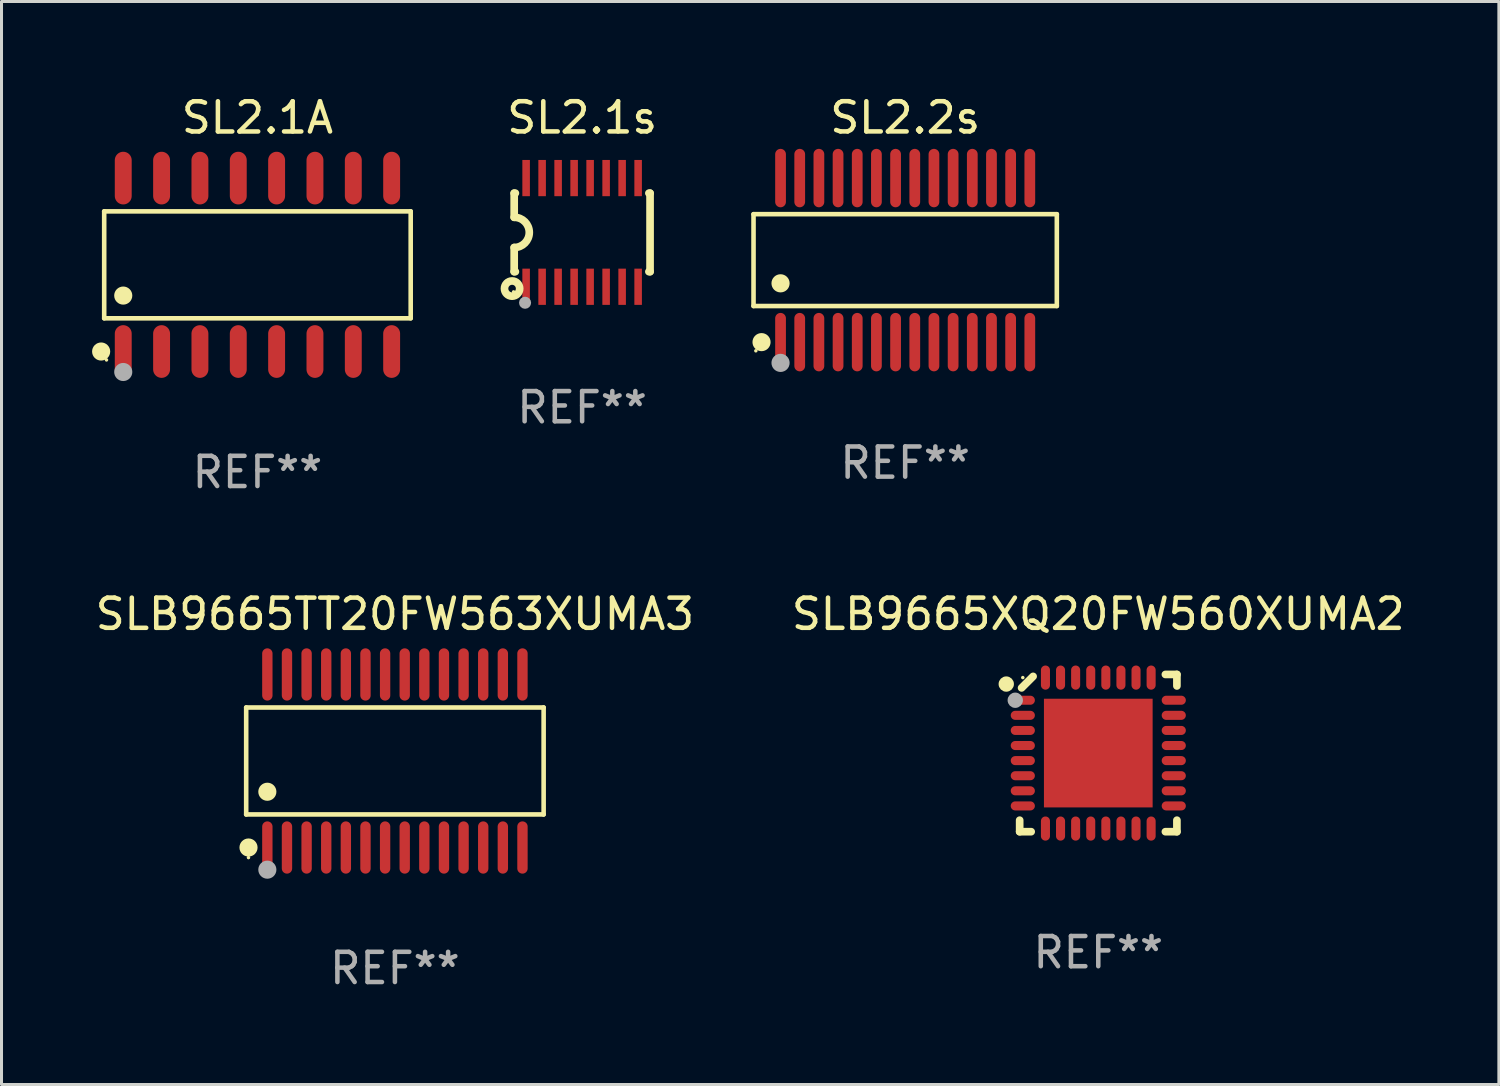
<source format=kicad_pcb>
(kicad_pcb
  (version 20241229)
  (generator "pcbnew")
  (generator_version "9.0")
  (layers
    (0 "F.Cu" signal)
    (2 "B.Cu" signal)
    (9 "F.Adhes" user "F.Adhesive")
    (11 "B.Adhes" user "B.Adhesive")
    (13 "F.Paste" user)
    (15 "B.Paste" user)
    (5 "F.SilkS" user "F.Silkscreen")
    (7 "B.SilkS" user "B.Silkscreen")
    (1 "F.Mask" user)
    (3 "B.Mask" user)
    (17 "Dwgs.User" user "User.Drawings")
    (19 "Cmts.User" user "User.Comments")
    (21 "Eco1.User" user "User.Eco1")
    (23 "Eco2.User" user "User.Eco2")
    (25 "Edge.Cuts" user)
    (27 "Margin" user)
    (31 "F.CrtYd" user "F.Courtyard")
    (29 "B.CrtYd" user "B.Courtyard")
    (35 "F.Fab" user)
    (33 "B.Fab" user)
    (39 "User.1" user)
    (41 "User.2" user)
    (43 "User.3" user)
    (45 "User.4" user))
  (footprint "SL2.1A"
    (layer "F.Cu")
    (at 5.477 5.721)
    (property "Reference" "SL2.1A" (at 0 -4.872 0) (layer "F.SilkS") (effects (font (size 1 1) (thickness 0.15))))
    (attr through_hole)
    (fp_line (start -5.076 -1.771) (end 5.076 -1.771) (stroke (width 0.152) (type solid)) (layer "F.SilkS"))
    (fp_line (start -5.076 1.771) (end -5.076 -1.771) (stroke (width 0.152) (type solid)) (layer "F.SilkS"))
    (fp_line (start 5.076 -1.771) (end 5.076 1.771) (stroke (width 0.152) (type solid)) (layer "F.SilkS"))
    (fp_line (start 5.076 1.771) (end -5.076 1.771) (stroke (width 0.152) (type solid)) (layer "F.SilkS"))
    (fp_circle (center -5.177 2.872) (end -5.027 2.872) (stroke (width 0.3) (type solid)) (fill no) (layer "F.SilkS"))
    (fp_circle (center -5 3.15) (end -4.97 3.15) (stroke (width 0.06) (type solid)) (fill no) (layer "F.SilkS"))
    (fp_circle (center -4.445 1.019) (end -4.295 1.019) (stroke (width 0.3) (type solid)) (fill no) (layer "F.SilkS"))
    (fp_circle (center -4.445 3.55) (end -4.295 3.55) (stroke (width 0.3) (type solid)) (fill no) (layer "F.Fab"))
    (fp_text user "REF**" (at 0 6.872 0) (layer "F.Fab") (effects (font (size 1 1) (thickness 0.15))))
    (pad "1" smd oval (at -4.445 2.872) (size 0.56 1.745) (layers "F.Cu" "F.Mask" "F.Paste"))
    (pad "2" smd oval (at -3.175 2.872) (size 0.56 1.745) (layers "F.Cu" "F.Mask" "F.Paste"))
    (pad "3" smd oval (at -1.905 2.872) (size 0.56 1.745) (layers "F.Cu" "F.Mask" "F.Paste"))
    (pad "4" smd oval (at -0.635 2.872) (size 0.56 1.745) (layers "F.Cu" "F.Mask" "F.Paste"))
    (pad "5" smd oval (at 0.635 2.872) (size 0.56 1.745) (layers "F.Cu" "F.Mask" "F.Paste"))
    (pad "6" smd oval (at 1.905 2.872) (size 0.56 1.745) (layers "F.Cu" "F.Mask" "F.Paste"))
    (pad "7" smd oval (at 3.175 2.872) (size 0.56 1.745) (layers "F.Cu" "F.Mask" "F.Paste"))
    (pad "8" smd oval (at 4.445 2.872) (size 0.56 1.745) (layers "F.Cu" "F.Mask" "F.Paste"))
    (pad "9" smd oval (at 4.445 -2.872) (size 0.56 1.745) (layers "F.Cu" "F.Mask" "F.Paste"))
    (pad "10" smd oval (at 3.175 -2.872) (size 0.56 1.745) (layers "F.Cu" "F.Mask" "F.Paste"))
    (pad "11" smd oval (at 1.905 -2.872) (size 0.56 1.745) (layers "F.Cu" "F.Mask" "F.Paste"))
    (pad "12" smd oval (at 0.635 -2.872) (size 0.56 1.745) (layers "F.Cu" "F.Mask" "F.Paste"))
    (pad "13" smd oval (at -0.635 -2.872) (size 0.56 1.745) (layers "F.Cu" "F.Mask" "F.Paste"))
    (pad "14" smd oval (at -1.905 -2.872) (size 0.56 1.745) (layers "F.Cu" "F.Mask" "F.Paste"))
    (pad "15" smd oval (at -3.175 -2.872) (size 0.56 1.745) (layers "F.Cu" "F.Mask" "F.Paste"))
    (pad "16" smd oval (at -4.445 -2.872) (size 0.56 1.745) (layers "F.Cu" "F.Mask" "F.Paste")))
  (footprint "SLB9665XQ20FW560XUMA2"
    (layer "F.Cu")
    (at 33.327 21.893)
    (property "Reference" "SLB9665XQ20FW560XUMA2" (at 0 -4.604 0) (layer "F.SilkS") (effects (font (size 1 1) (thickness 0.15))))
    (attr through_hole)
    (fp_line (start -2.604 2.223) (end -2.604 2.604) (stroke (width 0.254) (type solid)) (layer "F.SilkS"))
    (fp_line (start -2.604 2.604) (end -2.223 2.604) (stroke (width 0.254) (type solid)) (layer "F.SilkS"))
    (fp_line (start -2.159 -2.54) (end -2.54 -2.159) (stroke (width 0.254) (type solid)) (layer "F.SilkS"))
    (fp_line (start 2.223 2.604) (end 2.604 2.604) (stroke (width 0.254) (type solid)) (layer "F.SilkS"))
    (fp_line (start 2.604 -2.604) (end 2.223 -2.604) (stroke (width 0.254) (type solid)) (layer "F.SilkS"))
    (fp_line (start 2.604 -2.223) (end 2.604 -2.604) (stroke (width 0.254) (type solid)) (layer "F.SilkS"))
    (fp_line (start 2.604 2.604) (end 2.604 2.223) (stroke (width 0.254) (type solid)) (layer "F.SilkS"))
    (fp_circle (center -3.048 -2.286) (end -2.921 -2.286) (stroke (width 0.254) (type solid)) (fill no) (layer "F.SilkS"))
    (fp_circle (center -2.5 -2.5) (end -2.47 -2.5) (stroke (width 0.06) (type solid)) (fill no) (layer "F.SilkS"))
    (fp_circle (center -2.75 -1.75) (end -2.623 -1.75) (stroke (width 0.254) (type solid)) (fill no) (layer "F.Fab"))
    (fp_text user "REF**" (at 0 6.604 0) (layer "F.Fab") (effects (font (size 1 1) (thickness 0.15))))
    (pad "1" smd oval (at -2.5 -1.75) (size 0.8 0.3) (layers "F.Cu" "F.Mask" "F.Paste"))
    (pad "2" smd oval (at -2.5 -1.25) (size 0.8 0.3) (layers "F.Cu" "F.Mask" "F.Paste"))
    (pad "3" smd oval (at -2.5 -0.75) (size 0.8 0.3) (layers "F.Cu" "F.Mask" "F.Paste"))
    (pad "4" smd oval (at -2.5 -0.25) (size 0.8 0.3) (layers "F.Cu" "F.Mask" "F.Paste"))
    (pad "5" smd oval (at -2.5 0.25) (size 0.8 0.3) (layers "F.Cu" "F.Mask" "F.Paste"))
    (pad "6" smd oval (at -2.5 0.75) (size 0.8 0.3) (layers "F.Cu" "F.Mask" "F.Paste"))
    (pad "7" smd oval (at -2.5 1.25) (size 0.8 0.3) (layers "F.Cu" "F.Mask" "F.Paste"))
    (pad "8" smd oval (at -2.5 1.75) (size 0.8 0.3) (layers "F.Cu" "F.Mask" "F.Paste"))
    (pad "9" smd oval (at -1.75 2.5) (size 0.3 0.8) (layers "F.Cu" "F.Mask" "F.Paste"))
    (pad "10" smd oval (at -1.25 2.5) (size 0.3 0.8) (layers "F.Cu" "F.Mask" "F.Paste"))
    (pad "11" smd oval (at -0.75 2.5) (size 0.3 0.8) (layers "F.Cu" "F.Mask" "F.Paste"))
    (pad "12" smd oval (at -0.25 2.5) (size 0.3 0.8) (layers "F.Cu" "F.Mask" "F.Paste"))
    (pad "13" smd oval (at 0.25 2.5) (size 0.3 0.8) (layers "F.Cu" "F.Mask" "F.Paste"))
    (pad "14" smd oval (at 0.75 2.5) (size 0.3 0.8) (layers "F.Cu" "F.Mask" "F.Paste"))
    (pad "15" smd oval (at 1.25 2.5) (size 0.3 0.8) (layers "F.Cu" "F.Mask" "F.Paste"))
    (pad "16" smd oval (at 1.75 2.5) (size 0.3 0.8) (layers "F.Cu" "F.Mask" "F.Paste"))
    (pad "17" smd oval (at 2.5 1.75) (size 0.8 0.3) (layers "F.Cu" "F.Mask" "F.Paste"))
    (pad "18" smd oval (at 2.5 1.25) (size 0.8 0.3) (layers "F.Cu" "F.Mask" "F.Paste"))
    (pad "19" smd oval (at 2.5 0.75) (size 0.8 0.3) (layers "F.Cu" "F.Mask" "F.Paste"))
    (pad "20" smd oval (at 2.5 0.25) (size 0.8 0.3) (layers "F.Cu" "F.Mask" "F.Paste"))
    (pad "21" smd oval (at 2.5 -0.25) (size 0.8 0.3) (layers "F.Cu" "F.Mask" "F.Paste"))
    (pad "22" smd oval (at 2.5 -0.75) (size 0.8 0.3) (layers "F.Cu" "F.Mask" "F.Paste"))
    (pad "23" smd oval (at 2.5 -1.25) (size 0.8 0.3) (layers "F.Cu" "F.Mask" "F.Paste"))
    (pad "24" smd oval (at 2.5 -1.75) (size 0.8 0.3) (layers "F.Cu" "F.Mask" "F.Paste"))
    (pad "25" smd oval (at 1.75 -2.5) (size 0.3 0.8) (layers "F.Cu" "F.Mask" "F.Paste"))
    (pad "26" smd oval (at 1.25 -2.5) (size 0.3 0.8) (layers "F.Cu" "F.Mask" "F.Paste"))
    (pad "27" smd oval (at 0.75 -2.5) (size 0.3 0.8) (layers "F.Cu" "F.Mask" "F.Paste"))
    (pad "28" smd oval (at 0.25 -2.5) (size 0.3 0.8) (layers "F.Cu" "F.Mask" "F.Paste"))
    (pad "29" smd oval (at -0.25 -2.5) (size 0.3 0.8) (layers "F.Cu" "F.Mask" "F.Paste"))
    (pad "30" smd oval (at -0.75 -2.5) (size 0.3 0.8) (layers "F.Cu" "F.Mask" "F.Paste"))
    (pad "31" smd oval (at -1.25 -2.5) (size 0.3 0.8) (layers "F.Cu" "F.Mask" "F.Paste"))
    (pad "32" smd oval (at -1.75 -2.5) (size 0.3 0.8) (layers "F.Cu" "F.Mask" "F.Paste"))
    (pad "33" smd rect (at -0.000076 0) (size 3.6 3.6) (layers "F.Cu" "F.Mask" "F.Paste")))
  (footprint "SL2.2s"
    (layer "F.Cu")
    (at 26.931 5.565)
    (property "Reference" "SL2.2s" (at 0 -4.717 0) (layer "F.SilkS") (effects (font (size 1 1) (thickness 0.15))))
    (attr through_hole)
    (fp_line (start -5.023 -1.521) (end 5.023 -1.521) (stroke (width 0.152) (type solid)) (layer "F.SilkS"))
    (fp_line (start -5.023 1.521) (end -5.023 -1.521) (stroke (width 0.152) (type solid)) (layer "F.SilkS"))
    (fp_line (start 5.023 -1.521) (end 5.023 1.521) (stroke (width 0.152) (type solid)) (layer "F.SilkS"))
    (fp_line (start 5.023 1.521) (end -5.023 1.521) (stroke (width 0.152) (type solid)) (layer "F.SilkS"))
    (fp_circle (center -4.946 3.004) (end -4.916 3.004) (stroke (width 0.06) (type solid)) (fill no) (layer "F.SilkS"))
    (fp_circle (center -4.758 2.717) (end -4.608 2.717) (stroke (width 0.3) (type solid)) (fill no) (layer "F.SilkS"))
    (fp_circle (center -4.128 0.769) (end -3.977 0.769) (stroke (width 0.3) (type solid)) (fill no) (layer "F.SilkS"))
    (fp_circle (center -4.128 3.404) (end -3.977 3.404) (stroke (width 0.3) (type solid)) (fill no) (layer "F.Fab"))
    (fp_text user "REF**" (at 0 6.717 0) (layer "F.Fab") (effects (font (size 1 1) (thickness 0.15))))
    (pad "1" smd oval (at -4.128 2.717) (size 0.356 1.935) (layers "F.Cu" "F.Mask" "F.Paste"))
    (pad "2" smd oval (at -3.493 2.717) (size 0.356 1.935) (layers "F.Cu" "F.Mask" "F.Paste"))
    (pad "3" smd oval (at -2.858 2.717) (size 0.356 1.935) (layers "F.Cu" "F.Mask" "F.Paste"))
    (pad "4" smd oval (at -2.223 2.717) (size 0.356 1.935) (layers "F.Cu" "F.Mask" "F.Paste"))
    (pad "5" smd oval (at -1.588 2.717) (size 0.356 1.935) (layers "F.Cu" "F.Mask" "F.Paste"))
    (pad "6" smd oval (at -0.953 2.717) (size 0.356 1.935) (layers "F.Cu" "F.Mask" "F.Paste"))
    (pad "7" smd oval (at -0.318 2.717) (size 0.356 1.935) (layers "F.Cu" "F.Mask" "F.Paste"))
    (pad "8" smd oval (at 0.318 2.717) (size 0.356 1.935) (layers "F.Cu" "F.Mask" "F.Paste"))
    (pad "9" smd oval (at 0.953 2.717) (size 0.356 1.935) (layers "F.Cu" "F.Mask" "F.Paste"))
    (pad "10" smd oval (at 1.588 2.717) (size 0.356 1.935) (layers "F.Cu" "F.Mask" "F.Paste"))
    (pad "11" smd oval (at 2.223 2.717) (size 0.356 1.935) (layers "F.Cu" "F.Mask" "F.Paste"))
    (pad "12" smd oval (at 2.858 2.717) (size 0.356 1.935) (layers "F.Cu" "F.Mask" "F.Paste"))
    (pad "13" smd oval (at 3.493 2.717) (size 0.356 1.935) (layers "F.Cu" "F.Mask" "F.Paste"))
    (pad "14" smd oval (at 4.128 2.717) (size 0.356 1.935) (layers "F.Cu" "F.Mask" "F.Paste"))
    (pad "15" smd oval (at 4.128 -2.717) (size 0.356 1.935) (layers "F.Cu" "F.Mask" "F.Paste"))
    (pad "16" smd oval (at 3.493 -2.717) (size 0.356 1.935) (layers "F.Cu" "F.Mask" "F.Paste"))
    (pad "17" smd oval (at 2.858 -2.717) (size 0.356 1.935) (layers "F.Cu" "F.Mask" "F.Paste"))
    (pad "18" smd oval (at 2.223 -2.717) (size 0.356 1.935) (layers "F.Cu" "F.Mask" "F.Paste"))
    (pad "19" smd oval (at 1.588 -2.717) (size 0.356 1.935) (layers "F.Cu" "F.Mask" "F.Paste"))
    (pad "20" smd oval (at 0.953 -2.717) (size 0.356 1.935) (layers "F.Cu" "F.Mask" "F.Paste"))
    (pad "21" smd oval (at 0.318 -2.717) (size 0.356 1.935) (layers "F.Cu" "F.Mask" "F.Paste"))
    (pad "22" smd oval (at -0.318 -2.717) (size 0.356 1.935) (layers "F.Cu" "F.Mask" "F.Paste"))
    (pad "23" smd oval (at -0.953 -2.717) (size 0.356 1.935) (layers "F.Cu" "F.Mask" "F.Paste"))
    (pad "24" smd oval (at -1.588 -2.717) (size 0.356 1.935) (layers "F.Cu" "F.Mask" "F.Paste"))
    (pad "25" smd oval (at -2.223 -2.717) (size 0.356 1.935) (layers "F.Cu" "F.Mask" "F.Paste"))
    (pad "26" smd oval (at -2.858 -2.717) (size 0.356 1.935) (layers "F.Cu" "F.Mask" "F.Paste"))
    (pad "27" smd oval (at -3.493 -2.717) (size 0.356 1.935) (layers "F.Cu" "F.Mask" "F.Paste"))
    (pad "28" smd oval (at -4.128 -2.717) (size 0.356 1.935) (layers "F.Cu" "F.Mask" "F.Paste")))
  (footprint "SLB9665TT20FW563XUMA3"
    (layer "F.Cu")
    (at 10.03 22.155)
    (property "Reference" "SLB9665TT20FW563XUMA3" (at 0 -4.866 0) (layer "F.SilkS") (effects (font (size 1 1) (thickness 0.15))))
    (attr through_hole)
    (fp_line (start -4.926 -1.772) (end 4.926 -1.772) (stroke (width 0.152) (type solid)) (layer "F.SilkS"))
    (fp_line (start -4.926 1.771) (end -4.926 -1.772) (stroke (width 0.152) (type solid)) (layer "F.SilkS"))
    (fp_line (start 4.926 -1.772) (end 4.926 1.771) (stroke (width 0.152) (type solid)) (layer "F.SilkS"))
    (fp_line (start 4.926 1.771) (end -4.926 1.771) (stroke (width 0.152) (type solid)) (layer "F.SilkS"))
    (fp_circle (center -4.85 3.2) (end -4.82 3.2) (stroke (width 0.06) (type solid)) (fill no) (layer "F.SilkS"))
    (fp_circle (center -4.849 2.866) (end -4.699 2.866) (stroke (width 0.3) (type solid)) (fill no) (layer "F.SilkS"))
    (fp_circle (center -4.225 1.019) (end -4.075 1.019) (stroke (width 0.3) (type solid)) (fill no) (layer "F.SilkS"))
    (fp_circle (center -4.225 3.6) (end -4.075 3.6) (stroke (width 0.3) (type solid)) (fill no) (layer "F.Fab"))
    (fp_text user "REF**" (at 0 6.866 0) (layer "F.Fab") (effects (font (size 1 1) (thickness 0.15))))
    (pad "1" smd oval (at -4.225 2.866) (size 0.343 1.731) (layers "F.Cu" "F.Mask" "F.Paste"))
    (pad "2" smd oval (at -3.575 2.866) (size 0.343 1.731) (layers "F.Cu" "F.Mask" "F.Paste"))
    (pad "3" smd oval (at -2.925 2.866) (size 0.343 1.731) (layers "F.Cu" "F.Mask" "F.Paste"))
    (pad "4" smd oval (at -2.275 2.866) (size 0.343 1.731) (layers "F.Cu" "F.Mask" "F.Paste"))
    (pad "5" smd oval (at -1.625 2.866) (size 0.343 1.731) (layers "F.Cu" "F.Mask" "F.Paste"))
    (pad "6" smd oval (at -0.975 2.866) (size 0.343 1.731) (layers "F.Cu" "F.Mask" "F.Paste"))
    (pad "7" smd oval (at -0.325 2.866) (size 0.343 1.731) (layers "F.Cu" "F.Mask" "F.Paste"))
    (pad "8" smd oval (at 0.325 2.866) (size 0.343 1.731) (layers "F.Cu" "F.Mask" "F.Paste"))
    (pad "9" smd oval (at 0.975 2.866) (size 0.343 1.731) (layers "F.Cu" "F.Mask" "F.Paste"))
    (pad "10" smd oval (at 1.625 2.866) (size 0.343 1.731) (layers "F.Cu" "F.Mask" "F.Paste"))
    (pad "11" smd oval (at 2.275 2.866) (size 0.343 1.731) (layers "F.Cu" "F.Mask" "F.Paste"))
    (pad "12" smd oval (at 2.925 2.866) (size 0.343 1.731) (layers "F.Cu" "F.Mask" "F.Paste"))
    (pad "13" smd oval (at 3.575 2.866) (size 0.343 1.731) (layers "F.Cu" "F.Mask" "F.Paste"))
    (pad "14" smd oval (at 4.225 2.866) (size 0.343 1.731) (layers "F.Cu" "F.Mask" "F.Paste"))
    (pad "15" smd oval (at 4.225 -2.866) (size 0.343 1.731) (layers "F.Cu" "F.Mask" "F.Paste"))
    (pad "16" smd oval (at 3.575 -2.866) (size 0.343 1.731) (layers "F.Cu" "F.Mask" "F.Paste"))
    (pad "17" smd oval (at 2.925 -2.866) (size 0.343 1.731) (layers "F.Cu" "F.Mask" "F.Paste"))
    (pad "18" smd oval (at 2.275 -2.866) (size 0.343 1.731) (layers "F.Cu" "F.Mask" "F.Paste"))
    (pad "19" smd oval (at 1.625 -2.866) (size 0.343 1.731) (layers "F.Cu" "F.Mask" "F.Paste"))
    (pad "20" smd oval (at 0.975 -2.866) (size 0.343 1.731) (layers "F.Cu" "F.Mask" "F.Paste"))
    (pad "21" smd oval (at 0.325 -2.866) (size 0.343 1.731) (layers "F.Cu" "F.Mask" "F.Paste"))
    (pad "22" smd oval (at -0.325 -2.866) (size 0.343 1.731) (layers "F.Cu" "F.Mask" "F.Paste"))
    (pad "23" smd oval (at -0.975 -2.866) (size 0.343 1.731) (layers "F.Cu" "F.Mask" "F.Paste"))
    (pad "24" smd oval (at -1.625 -2.866) (size 0.343 1.731) (layers "F.Cu" "F.Mask" "F.Paste"))
    (pad "25" smd oval (at -2.275 -2.866) (size 0.343 1.731) (layers "F.Cu" "F.Mask" "F.Paste"))
    (pad "26" smd oval (at -2.925 -2.866) (size 0.343 1.731) (layers "F.Cu" "F.Mask" "F.Paste"))
    (pad "27" smd oval (at -3.575 -2.866) (size 0.343 1.731) (layers "F.Cu" "F.Mask" "F.Paste"))
    (pad "28" smd oval (at -4.225 -2.866) (size 0.343 1.731) (layers "F.Cu" "F.Mask" "F.Paste")))
  (footprint "SL2.1s"
    (layer "F.Cu")
    (at 16.231 4.648)
    (property "Reference" "SL2.1s" (at 0 -3.8 0) (layer "F.SilkS") (effects (font (size 1 1) (thickness 0.15))))
    (attr through_hole)
    (fp_line (start -2.25 -1.3) (end -2.25 -0.5) (stroke (width 0.254) (type solid)) (layer "F.SilkS"))
    (fp_line (start -2.25 -1.3) (end -2.211 -1.3) (stroke (width 0.254) (type solid)) (layer "F.SilkS"))
    (fp_line (start -2.25 1.3) (end -2.25 0.5) (stroke (width 0.254) (type solid)) (layer "F.SilkS"))
    (fp_line (start -2.25 1.3) (end -2.211 1.3) (stroke (width 0.254) (type solid)) (layer "F.SilkS"))
    (fp_line (start 2.211 -1.3) (end 2.25 -1.3) (stroke (width 0.254) (type solid)) (layer "F.SilkS"))
    (fp_line (start 2.25 -1.3) (end 2.25 1.3) (stroke (width 0.254) (type solid)) (layer "F.SilkS"))
    (fp_line (start 2.25 1.3) (end 2.211 1.3) (stroke (width 0.254) (type solid)) (layer "F.SilkS"))
    (fp_arc (start -2.250444 -0.50038) (mid -1.750242 -0.000405) (end -2.250013 0.5) (stroke (width 0.254001) (type solid)) (layer "F.SilkS"))
    (fp_circle (center -2.32 1.86) (end -2.195 1.86) (stroke (width 0.254) (type solid)) (fill no) (layer "F.SilkS"))
    (fp_circle (center -2.27 1.97) (end -2.24 1.97) (stroke (width 0.06) (type solid)) (fill no) (layer "F.SilkS"))
    (fp_circle (center -1.89 2.33) (end -1.79 2.33) (stroke (width 0.2) (type solid)) (fill no) (layer "F.Fab"))
    (fp_text user "REF**" (at 0 5.8 0) (layer "F.Fab") (effects (font (size 1 1) (thickness 0.15))))
    (pad "1" smd rect (at -1.855 1.8 90) (size 1.2 0.25) (layers "F.Cu" "F.Mask" "F.Paste"))
    (pad "2" smd rect (at -1.325 1.8 90) (size 1.2 0.25) (layers "F.Cu" "F.Mask" "F.Paste"))
    (pad "3" smd rect (at -0.795 1.8 90) (size 1.2 0.25) (layers "F.Cu" "F.Mask" "F.Paste"))
    (pad "4" smd rect (at -0.265 1.8 90) (size 1.2 0.25) (layers "F.Cu" "F.Mask" "F.Paste"))
    (pad "5" smd rect (at 0.265 1.8 90) (size 1.2 0.25) (layers "F.Cu" "F.Mask" "F.Paste"))
    (pad "6" smd rect (at 0.795 1.8 90) (size 1.2 0.25) (layers "F.Cu" "F.Mask" "F.Paste"))
    (pad "7" smd rect (at 1.325 1.8 90) (size 1.2 0.25) (layers "F.Cu" "F.Mask" "F.Paste"))
    (pad "8" smd rect (at 1.855 1.8 90) (size 1.2 0.25) (layers "F.Cu" "F.Mask" "F.Paste"))
    (pad "9" smd rect (at 1.855 -1.8 90) (size 1.2 0.25) (layers "F.Cu" "F.Mask" "F.Paste"))
    (pad "10" smd rect (at 1.325 -1.8 90) (size 1.2 0.25) (layers "F.Cu" "F.Mask" "F.Paste"))
    (pad "11" smd rect (at 0.795 -1.8 90) (size 1.2 0.25) (layers "F.Cu" "F.Mask" "F.Paste"))
    (pad "12" smd rect (at 0.265 -1.8 90) (size 1.2 0.25) (layers "F.Cu" "F.Mask" "F.Paste"))
    (pad "13" smd rect (at -0.265 -1.8 90) (size 1.2 0.25) (layers "F.Cu" "F.Mask" "F.Paste"))
    (pad "14" smd rect (at -0.795 -1.8 90) (size 1.2 0.25) (layers "F.Cu" "F.Mask" "F.Paste"))
    (pad "15" smd rect (at -1.325 -1.8 90) (size 1.2 0.25) (layers "F.Cu" "F.Mask" "F.Paste"))
    (pad "16" smd rect (at -1.855 -1.8 90) (size 1.2 0.25) (layers "F.Cu" "F.Mask" "F.Paste")))
  (gr_rect
    (start -3 -3)
    (end 46.595 32.87)
    (stroke (width 0.1) (type default))
    (fill no)
    (layer "Edge.Cuts")))
</source>
